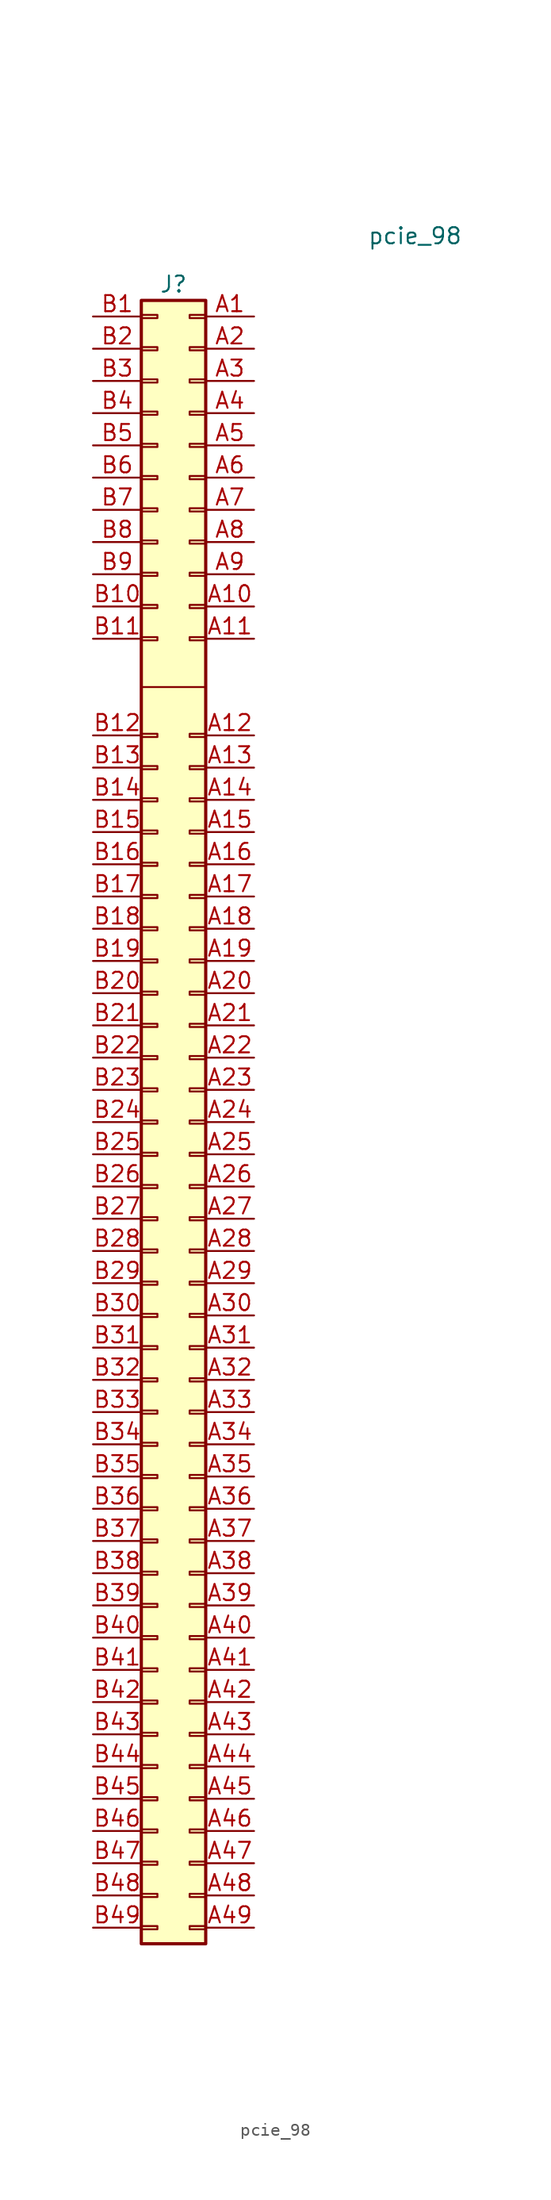
<source format=kicad_sym>
(kicad_symbol_lib
  (version 20220914)
  (generator kicad_symbol_editor)
  (symbol "pcie_98"
    (pin_names
      (offset 1.016) hide)
    (property "Reference" "J"
      (at 1.27 40.64 0)
      (effects (font (size 1.27 1.27))))
    (property "Value" "pcie_98"
      (at 20.32 44.45 0)
      (effects (font (size 1.27 1.27))))
    (symbol "pcie_98_0_1"
      (polyline (pts (xy 3.81 8.89) (xy -1.27 8.89)) (stroke (width 0) (type default)) (fill (type none))))
    (symbol "pcie_98_1_1"
      (rectangle (start -1.27 -89.027) (end 0 -88.773) (stroke (width 0.152) (type default)) (fill (type none)))
      (rectangle (start -1.27 -86.487) (end 0 -86.233) (stroke (width 0.152) (type default)) (fill (type none)))
      (rectangle (start -1.27 -83.947) (end 0 -83.693) (stroke (width 0.152) (type default)) (fill (type none)))
      (rectangle (start -1.27 -81.407) (end 0 -81.153) (stroke (width 0.152) (type default)) (fill (type none)))
      (rectangle (start -1.27 -78.867) (end 0 -78.613) (stroke (width 0.152) (type default)) (fill (type none)))
      (rectangle (start -1.27 -76.327) (end 0 -76.073) (stroke (width 0.152) (type default)) (fill (type none)))
      (rectangle (start -1.27 -73.787) (end 0 -73.533) (stroke (width 0.152) (type default)) (fill (type none)))
      (rectangle (start -1.27 -71.247) (end 0 -70.993) (stroke (width 0.152) (type default)) (fill (type none)))
      (rectangle (start -1.27 -68.707) (end 0 -68.453) (stroke (width 0.152) (type default)) (fill (type none)))
      (rectangle (start -1.27 -66.167) (end 0 -65.913) (stroke (width 0.152) (type default)) (fill (type none)))
      (rectangle (start -1.27 -63.627) (end 0 -63.373) (stroke (width 0.152) (type default)) (fill (type none)))
      (rectangle (start -1.27 -61.087) (end 0 -60.833) (stroke (width 0.152) (type default)) (fill (type none)))
      (rectangle (start -1.27 -58.547) (end 0 -58.293) (stroke (width 0.152) (type default)) (fill (type none)))
      (rectangle (start -1.27 -56.007) (end 0 -55.753) (stroke (width 0.152) (type default)) (fill (type none)))
      (rectangle (start -1.27 -53.467) (end 0 -53.213) (stroke (width 0.152) (type default)) (fill (type none)))
      (rectangle (start -1.27 -50.927) (end 0 -50.673) (stroke (width 0.152) (type default)) (fill (type none)))
      (rectangle (start -1.27 -48.387) (end 0 -48.133) (stroke (width 0.152) (type default)) (fill (type none)))
      (rectangle (start -1.27 -17.653) (end 0 -17.907) (stroke (width 0.152) (type default)) (fill (type none)))
      (rectangle (start -1.27 -15.113) (end 0 -15.367) (stroke (width 0.152) (type default)) (fill (type none)))
      (rectangle (start -1.27 -12.573) (end 0 -12.827) (stroke (width 0.152) (type default)) (fill (type none)))
      (rectangle (start -1.27 5.207) (end 0 4.953) (stroke (width 0.152) (type default)) (fill (type none)))
      (rectangle (start -1.27 12.827) (end 0 12.573) (stroke (width 0.152) (type default)) (fill (type none)))
      (rectangle (start -1.27 38.227) (end 0 37.973) (stroke (width 0.152) (type default)) (fill (type none)))
      (rectangle (start -1.27 39.37) (end 3.81 -90.17) (stroke (width 0.254) (type default)) (fill (type background)))
      (rectangle (start 0 -45.847) (end -1.27 -45.593) (stroke (width 0.152) (type default)) (fill (type none)))
      (rectangle (start 0 -43.307) (end -1.27 -43.053) (stroke (width 0.152) (type default)) (fill (type none)))
      (rectangle (start 0 -40.767) (end -1.27 -40.513) (stroke (width 0.152) (type default)) (fill (type none)))
      (rectangle (start 0 -38.227) (end -1.27 -37.973) (stroke (width 0.152) (type default)) (fill (type none)))
      (rectangle (start 0 -35.687) (end -1.27 -35.433) (stroke (width 0.152) (type default)) (fill (type none)))
      (rectangle (start 0 -33.147) (end -1.27 -32.893) (stroke (width 0.152) (type default)) (fill (type none)))
      (rectangle (start 0 -30.607) (end -1.27 -30.353) (stroke (width 0.152) (type default)) (fill (type none)))
      (rectangle (start 0 -28.067) (end -1.27 -27.813) (stroke (width 0.152) (type default)) (fill (type none)))
      (rectangle (start 0 -25.527) (end -1.27 -25.273) (stroke (width 0.152) (type default)) (fill (type none)))
      (rectangle (start 0 -22.987) (end -1.27 -22.733) (stroke (width 0.152) (type default)) (fill (type none)))
      (rectangle (start 0 -20.447) (end -1.27 -20.193) (stroke (width 0.152) (type default)) (fill (type none)))
      (rectangle (start 0 -10.287) (end -1.27 -10.033) (stroke (width 0.152) (type default)) (fill (type none)))
      (rectangle (start 0 -7.747) (end -1.27 -7.493) (stroke (width 0.152) (type default)) (fill (type none)))
      (rectangle (start 0 -5.207) (end -1.27 -4.953) (stroke (width 0.152) (type default)) (fill (type none)))
      (rectangle (start 0 -2.667) (end -1.27 -2.413) (stroke (width 0.152) (type default)) (fill (type none)))
      (rectangle (start 0 -0.127) (end -1.27 0.127) (stroke (width 0.152) (type default)) (fill (type none)))
      (rectangle (start 0 2.413) (end -1.27 2.667) (stroke (width 0.152) (type default)) (fill (type none)))
      (rectangle (start 0 15.113) (end -1.27 15.367) (stroke (width 0.152) (type default)) (fill (type none)))
      (rectangle (start 0 17.653) (end -1.27 17.907) (stroke (width 0.152) (type default)) (fill (type none)))
      (rectangle (start 0 20.193) (end -1.27 20.447) (stroke (width 0.152) (type default)) (fill (type none)))
      (rectangle (start 0 22.733) (end -1.27 22.987) (stroke (width 0.152) (type default)) (fill (type none)))
      (rectangle (start 0 25.273) (end -1.27 25.527) (stroke (width 0.152) (type default)) (fill (type none)))
      (rectangle (start 0 27.813) (end -1.27 28.067) (stroke (width 0.152) (type default)) (fill (type none)))
      (rectangle (start 0 30.353) (end -1.27 30.607) (stroke (width 0.152) (type default)) (fill (type none)))
      (rectangle (start 0 32.893) (end -1.27 33.147) (stroke (width 0.152) (type default)) (fill (type none)))
      (rectangle (start 0 35.433) (end -1.27 35.687) (stroke (width 0.152) (type default)) (fill (type none)))
      (rectangle (start 2.54 -89.027) (end 3.81 -88.773) (stroke (width 0.152) (type default)) (fill (type none)))
      (rectangle (start 2.54 -86.487) (end 3.81 -86.233) (stroke (width 0.152) (type default)) (fill (type none)))
      (rectangle (start 2.54 -83.947) (end 3.81 -83.693) (stroke (width 0.152) (type default)) (fill (type none)))
      (rectangle (start 2.54 -81.407) (end 3.81 -81.153) (stroke (width 0.152) (type default)) (fill (type none)))
      (rectangle (start 2.54 -78.867) (end 3.81 -78.613) (stroke (width 0.152) (type default)) (fill (type none)))
      (rectangle (start 2.54 -76.327) (end 3.81 -76.073) (stroke (width 0.152) (type default)) (fill (type none)))
      (rectangle (start 2.54 -73.787) (end 3.81 -73.533) (stroke (width 0.152) (type default)) (fill (type none)))
      (rectangle (start 2.54 -71.247) (end 3.81 -70.993) (stroke (width 0.152) (type default)) (fill (type none)))
      (rectangle (start 2.54 -68.707) (end 3.81 -68.453) (stroke (width 0.152) (type default)) (fill (type none)))
      (rectangle (start 2.54 -66.167) (end 3.81 -65.913) (stroke (width 0.152) (type default)) (fill (type none)))
      (rectangle (start 2.54 -63.627) (end 3.81 -63.373) (stroke (width 0.152) (type default)) (fill (type none)))
      (rectangle (start 2.54 -61.087) (end 3.81 -60.833) (stroke (width 0.152) (type default)) (fill (type none)))
      (rectangle (start 2.54 -58.547) (end 3.81 -58.293) (stroke (width 0.152) (type default)) (fill (type none)))
      (rectangle (start 2.54 -56.007) (end 3.81 -55.753) (stroke (width 0.152) (type default)) (fill (type none)))
      (rectangle (start 2.54 -53.467) (end 3.81 -53.213) (stroke (width 0.152) (type default)) (fill (type none)))
      (rectangle (start 2.54 -50.927) (end 3.81 -50.673) (stroke (width 0.152) (type default)) (fill (type none)))
      (rectangle (start 2.54 -48.387) (end 3.81 -48.133) (stroke (width 0.152) (type default)) (fill (type none)))
      (rectangle (start 2.54 -45.847) (end 3.81 -45.593) (stroke (width 0.152) (type default)) (fill (type none)))
      (rectangle (start 2.54 -43.307) (end 3.81 -43.053) (stroke (width 0.152) (type default)) (fill (type none)))
      (rectangle (start 2.54 -40.767) (end 3.81 -40.513) (stroke (width 0.152) (type default)) (fill (type none)))
      (rectangle (start 2.54 -38.227) (end 3.81 -37.973) (stroke (width 0.152) (type default)) (fill (type none)))
      (rectangle (start 2.54 -35.687) (end 3.81 -35.433) (stroke (width 0.152) (type default)) (fill (type none)))
      (rectangle (start 2.54 -33.147) (end 3.81 -32.893) (stroke (width 0.152) (type default)) (fill (type none)))
      (rectangle (start 2.54 -30.607) (end 3.81 -30.353) (stroke (width 0.152) (type default)) (fill (type none)))
      (rectangle (start 2.54 -28.067) (end 3.81 -27.813) (stroke (width 0.152) (type default)) (fill (type none)))
      (rectangle (start 2.54 -25.527) (end 3.81 -25.273) (stroke (width 0.152) (type default)) (fill (type none)))
      (rectangle (start 2.54 -22.987) (end 3.81 -22.733) (stroke (width 0.152) (type default)) (fill (type none)))
      (rectangle (start 2.54 -20.447) (end 3.81 -20.193) (stroke (width 0.152) (type default)) (fill (type none)))
      (rectangle (start 2.54 -17.653) (end 3.81 -17.907) (stroke (width 0.152) (type default)) (fill (type none)))
      (rectangle (start 2.54 -15.367) (end 3.81 -15.113) (stroke (width 0.152) (type default)) (fill (type none)))
      (rectangle (start 2.54 -12.827) (end 3.81 -12.573) (stroke (width 0.152) (type default)) (fill (type none)))
      (rectangle (start 2.54 -10.287) (end 3.81 -10.033) (stroke (width 0.152) (type default)) (fill (type none)))
      (rectangle (start 2.54 -7.493) (end 3.81 -7.747) (stroke (width 0.152) (type default)) (fill (type none)))
      (rectangle (start 2.54 -5.207) (end 3.81 -4.953) (stroke (width 0.152) (type default)) (fill (type none)))
      (rectangle (start 2.54 -2.667) (end 3.81 -2.413) (stroke (width 0.152) (type default)) (fill (type none)))
      (rectangle (start 2.54 -0.127) (end 3.81 0.127) (stroke (width 0.152) (type default)) (fill (type none)))
      (rectangle (start 2.54 2.413) (end 3.81 2.667) (stroke (width 0.152) (type default)) (fill (type none)))
      (rectangle (start 2.54 5.207) (end 3.81 4.953) (stroke (width 0.152) (type default)) (fill (type none)))
      (rectangle (start 2.54 12.573) (end 3.81 12.827) (stroke (width 0.152) (type default)) (fill (type none)))
      (rectangle (start 2.54 15.113) (end 3.81 15.367) (stroke (width 0.152) (type default)) (fill (type none)))
      (rectangle (start 2.54 17.653) (end 3.81 17.907) (stroke (width 0.152) (type default)) (fill (type none)))
      (rectangle (start 2.54 20.193) (end 3.81 20.447) (stroke (width 0.152) (type default)) (fill (type none)))
      (rectangle (start 2.54 22.733) (end 3.81 22.987) (stroke (width 0.152) (type default)) (fill (type none)))
      (rectangle (start 2.54 25.273) (end 3.81 25.527) (stroke (width 0.152) (type default)) (fill (type none)))
      (rectangle (start 2.54 27.813) (end 3.81 28.067) (stroke (width 0.152) (type default)) (fill (type none)))
      (rectangle (start 2.54 30.353) (end 3.81 30.607) (stroke (width 0.152) (type default)) (fill (type none)))
      (rectangle (start 2.54 32.893) (end 3.81 33.147) (stroke (width 0.152) (type default)) (fill (type none)))
      (rectangle (start 2.54 35.433) (end 3.81 35.687) (stroke (width 0.152) (type default)) (fill (type none)))
      (rectangle (start 2.54 38.227) (end 3.81 37.973) (stroke (width 0.152) (type default)) (fill (type none)))
      (pin passive line (at 7.62 38.1 180) (length 3.81) (name "Pin_a1" (effects (font (size 1.27 1.27)))) (number "A1" (effects (font (size 1.27 1.27)))))
      (pin passive line (at 7.62 15.24 180) (length 3.81) (name "Pin_a10" (effects (font (size 1.27 1.27)))) (number "A10" (effects (font (size 1.27 1.27)))))
      (pin passive line (at 7.62 12.7 180) (length 3.81) (name "Pin_A11" (effects (font (size 1.27 1.27)))) (number "A11" (effects (font (size 1.27 1.27)))))
      (pin passive line (at 7.62 5.08 180) (length 3.81) (name "Pin_a12" (effects (font (size 1.27 1.27)))) (number "A12" (effects (font (size 1.27 1.27)))))
      (pin passive line (at 7.62 2.54 180) (length 3.81) (name "Pin_a13" (effects (font (size 1.27 1.27)))) (number "A13" (effects (font (size 1.27 1.27)))))
      (pin passive line (at 7.62 0 180) (length 3.81) (name "Pin_a14" (effects (font (size 1.27 1.27)))) (number "A14" (effects (font (size 1.27 1.27)))))
      (pin passive line (at 7.62 -2.54 180) (length 3.81) (name "Pin_a15" (effects (font (size 1.27 1.27)))) (number "A15" (effects (font (size 1.27 1.27)))))
      (pin passive line (at 7.62 -5.08 180) (length 3.81) (name "Pin_a16" (effects (font (size 1.27 1.27)))) (number "A16" (effects (font (size 1.27 1.27)))))
      (pin passive line (at 7.62 -7.62 180) (length 3.81) (name "Pin_a17" (effects (font (size 1.27 1.27)))) (number "A17" (effects (font (size 1.27 1.27)))))
      (pin passive line (at 7.62 -10.16 180) (length 3.81) (name "Pin_a18" (effects (font (size 1.27 1.27)))) (number "A18" (effects (font (size 1.27 1.27)))))
      (pin passive line (at 7.62 -12.7 180) (length 3.81) (name "Pin_a19" (effects (font (size 1.27 1.27)))) (number "A19" (effects (font (size 1.27 1.27)))))
      (pin passive line (at 7.62 35.56 180) (length 3.81) (name "Pin_a2" (effects (font (size 1.27 1.27)))) (number "A2" (effects (font (size 1.27 1.27)))))
      (pin passive line (at 7.62 -15.24 180) (length 3.81) (name "Pin_a20" (effects (font (size 1.27 1.27)))) (number "A20" (effects (font (size 1.27 1.27)))))
      (pin passive line (at 7.62 -17.78 180) (length 3.81) (name "Pin_a21" (effects (font (size 1.27 1.27)))) (number "A21" (effects (font (size 1.27 1.27)))))
      (pin passive line (at 7.62 -20.32 180) (length 3.81) (name "Pin_a22" (effects (font (size 1.27 1.27)))) (number "A22" (effects (font (size 1.27 1.27)))))
      (pin passive line (at 7.62 -22.86 180) (length 3.81) (name "Pin_a23" (effects (font (size 1.27 1.27)))) (number "A23" (effects (font (size 1.27 1.27)))))
      (pin passive line (at 7.62 -25.4 180) (length 3.81) (name "Pin_a24" (effects (font (size 1.27 1.27)))) (number "A24" (effects (font (size 1.27 1.27)))))
      (pin passive line (at 7.62 -27.94 180) (length 3.81) (name "Pin_a25" (effects (font (size 1.27 1.27)))) (number "A25" (effects (font (size 1.27 1.27)))))
      (pin passive line (at 7.62 -30.48 180) (length 3.81) (name "Pin_a26" (effects (font (size 1.27 1.27)))) (number "A26" (effects (font (size 1.27 1.27)))))
      (pin passive line (at 7.62 -33.02 180) (length 3.81) (name "Pin_a27" (effects (font (size 1.27 1.27)))) (number "A27" (effects (font (size 1.27 1.27)))))
      (pin passive line (at 7.62 -35.56 180) (length 3.81) (name "Pin_a28" (effects (font (size 1.27 1.27)))) (number "A28" (effects (font (size 1.27 1.27)))))
      (pin passive line (at 7.62 -38.1 180) (length 3.81) (name "Pin_a29" (effects (font (size 1.27 1.27)))) (number "A29" (effects (font (size 1.27 1.27)))))
      (pin passive line (at 7.62 33.02 180) (length 3.81) (name "Pin_a3" (effects (font (size 1.27 1.27)))) (number "A3" (effects (font (size 1.27 1.27)))))
      (pin passive line (at 7.62 -40.64 180) (length 3.81) (name "Pin_a30" (effects (font (size 1.27 1.27)))) (number "A30" (effects (font (size 1.27 1.27)))))
      (pin passive line (at 7.62 -43.18 180) (length 3.81) (name "Pin_a31" (effects (font (size 1.27 1.27)))) (number "A31" (effects (font (size 1.27 1.27)))))
      (pin passive line (at 7.62 -45.72 180) (length 3.81) (name "Pin_a32" (effects (font (size 1.27 1.27)))) (number "A32" (effects (font (size 1.27 1.27)))))
      (pin passive line (at 7.62 -48.26 180) (length 3.81) (name "Pin_a33" (effects (font (size 1.27 1.27)))) (number "A33" (effects (font (size 1.27 1.27)))))
      (pin passive line (at 7.62 -50.8 180) (length 3.81) (name "Pin_a34" (effects (font (size 1.27 1.27)))) (number "A34" (effects (font (size 1.27 1.27)))))
      (pin passive line (at 7.62 -53.34 180) (length 3.81) (name "Pin_a35" (effects (font (size 1.27 1.27)))) (number "A35" (effects (font (size 1.27 1.27)))))
      (pin passive line (at 7.62 -55.88 180) (length 3.81) (name "Pin_a36" (effects (font (size 1.27 1.27)))) (number "A36" (effects (font (size 1.27 1.27)))))
      (pin passive line (at 7.62 -58.42 180) (length 3.81) (name "Pin_a37" (effects (font (size 1.27 1.27)))) (number "A37" (effects (font (size 1.27 1.27)))))
      (pin passive line (at 7.62 -60.96 180) (length 3.81) (name "Pin_a38" (effects (font (size 1.27 1.27)))) (number "A38" (effects (font (size 1.27 1.27)))))
      (pin passive line (at 7.62 -63.5 180) (length 3.81) (name "Pin_a39" (effects (font (size 1.27 1.27)))) (number "A39" (effects (font (size 1.27 1.27)))))
      (pin passive line (at 7.62 30.48 180) (length 3.81) (name "Pin_a4" (effects (font (size 1.27 1.27)))) (number "A4" (effects (font (size 1.27 1.27)))))
      (pin passive line (at 7.62 -66.04 180) (length 3.81) (name "Pin_a40" (effects (font (size 1.27 1.27)))) (number "A40" (effects (font (size 1.27 1.27)))))
      (pin passive line (at 7.62 -68.58 180) (length 3.81) (name "Pin_a41" (effects (font (size 1.27 1.27)))) (number "A41" (effects (font (size 1.27 1.27)))))
      (pin passive line (at 7.62 -71.12 180) (length 3.81) (name "Pin_a42" (effects (font (size 1.27 1.27)))) (number "A42" (effects (font (size 1.27 1.27)))))
      (pin passive line (at 7.62 -73.66 180) (length 3.81) (name "Pin_a43" (effects (font (size 1.27 1.27)))) (number "A43" (effects (font (size 1.27 1.27)))))
      (pin passive line (at 7.62 -76.2 180) (length 3.81) (name "Pin_a44" (effects (font (size 1.27 1.27)))) (number "A44" (effects (font (size 1.27 1.27)))))
      (pin passive line (at 7.62 -78.74 180) (length 3.81) (name "Pin_a45" (effects (font (size 1.27 1.27)))) (number "A45" (effects (font (size 1.27 1.27)))))
      (pin passive line (at 7.62 -81.28 180) (length 3.81) (name "Pin_a46" (effects (font (size 1.27 1.27)))) (number "A46" (effects (font (size 1.27 1.27)))))
      (pin passive line (at 7.62 -83.82 180) (length 3.81) (name "Pin_a47" (effects (font (size 1.27 1.27)))) (number "A47" (effects (font (size 1.27 1.27)))))
      (pin passive line (at 7.62 -86.36 180) (length 3.81) (name "Pin_a48" (effects (font (size 1.27 1.27)))) (number "A48" (effects (font (size 1.27 1.27)))))
      (pin passive line (at 7.62 -88.9 180) (length 3.81) (name "Pin_a49" (effects (font (size 1.27 1.27)))) (number "A49" (effects (font (size 1.27 1.27)))))
      (pin passive line (at 7.62 27.94 180) (length 3.81) (name "Pin_a5" (effects (font (size 1.27 1.27)))) (number "A5" (effects (font (size 1.27 1.27)))))
      (pin passive line (at 7.62 25.4 180) (length 3.81) (name "Pin_a6" (effects (font (size 1.27 1.27)))) (number "A6" (effects (font (size 1.27 1.27)))))
      (pin passive line (at 7.62 22.86 180) (length 3.81) (name "Pin_a7" (effects (font (size 1.27 1.27)))) (number "A7" (effects (font (size 1.27 1.27)))))
      (pin passive line (at 7.62 20.32 180) (length 3.81) (name "Pin_a8" (effects (font (size 1.27 1.27)))) (number "A8" (effects (font (size 1.27 1.27)))))
      (pin passive line (at 7.62 17.78 180) (length 3.81) (name "Pin_a9" (effects (font (size 1.27 1.27)))) (number "A9" (effects (font (size 1.27 1.27)))))
      (pin passive line (at -5.08 38.1 0) (length 3.81) (name "Pin_b1" (effects (font (size 1.27 1.27)))) (number "B1" (effects (font (size 1.27 1.27)))))
      (pin passive line (at -5.08 15.24 0) (length 3.81) (name "Pin_b10" (effects (font (size 1.27 1.27)))) (number "B10" (effects (font (size 1.27 1.27)))))
      (pin passive line (at -5.08 12.7 0) (length 3.81) (name "Pin_b11" (effects (font (size 1.27 1.27)))) (number "B11" (effects (font (size 1.27 1.27)))))
      (pin passive line (at -5.08 5.08 0) (length 3.81) (name "Pin_b12" (effects (font (size 1.27 1.27)))) (number "B12" (effects (font (size 1.27 1.27)))))
      (pin passive line (at -5.08 2.54 0) (length 3.81) (name "Pin_b13" (effects (font (size 1.27 1.27)))) (number "B13" (effects (font (size 1.27 1.27)))))
      (pin passive line (at -5.08 0 0) (length 3.81) (name "Pin_b14" (effects (font (size 1.27 1.27)))) (number "B14" (effects (font (size 1.27 1.27)))))
      (pin passive line (at -5.08 -2.54 0) (length 3.81) (name "Pin_b15" (effects (font (size 1.27 1.27)))) (number "B15" (effects (font (size 1.27 1.27)))))
      (pin passive line (at -5.08 -5.08 0) (length 3.81) (name "Pin_b16" (effects (font (size 1.27 1.27)))) (number "B16" (effects (font (size 1.27 1.27)))))
      (pin passive line (at -5.08 -7.62 0) (length 3.81) (name "Pin_b17" (effects (font (size 1.27 1.27)))) (number "B17" (effects (font (size 1.27 1.27)))))
      (pin passive line (at -5.08 -10.16 0) (length 3.81) (name "Pin_b18" (effects (font (size 1.27 1.27)))) (number "B18" (effects (font (size 1.27 1.27)))))
      (pin passive line (at -5.08 -12.7 0) (length 3.81) (name "Pin_b19" (effects (font (size 1.27 1.27)))) (number "B19" (effects (font (size 1.27 1.27)))))
      (pin passive line (at -5.08 35.56 0) (length 3.81) (name "Pin_b2" (effects (font (size 1.27 1.27)))) (number "B2" (effects (font (size 1.27 1.27)))))
      (pin passive line (at -5.08 -15.24 0) (length 3.81) (name "Pin_b20" (effects (font (size 1.27 1.27)))) (number "B20" (effects (font (size 1.27 1.27)))))
      (pin passive line (at -5.08 -17.78 0) (length 3.81) (name "Pin_b21" (effects (font (size 1.27 1.27)))) (number "B21" (effects (font (size 1.27 1.27)))))
      (pin passive line (at -5.08 -20.32 0) (length 3.81) (name "Pin_b22" (effects (font (size 1.27 1.27)))) (number "B22" (effects (font (size 1.27 1.27)))))
      (pin passive line (at -5.08 -22.86 0) (length 3.81) (name "Pin_b23" (effects (font (size 1.27 1.27)))) (number "B23" (effects (font (size 1.27 1.27)))))
      (pin passive line (at -5.08 -25.4 0) (length 3.81) (name "Pin_b24" (effects (font (size 1.27 1.27)))) (number "B24" (effects (font (size 1.27 1.27)))))
      (pin passive line (at -5.08 -27.94 0) (length 3.81) (name "Pin_b25" (effects (font (size 1.27 1.27)))) (number "B25" (effects (font (size 1.27 1.27)))))
      (pin passive line (at -5.08 -30.48 0) (length 3.81) (name "Pin_b26" (effects (font (size 1.27 1.27)))) (number "B26" (effects (font (size 1.27 1.27)))))
      (pin passive line (at -5.08 -33.02 0) (length 3.81) (name "Pin_b27" (effects (font (size 1.27 1.27)))) (number "B27" (effects (font (size 1.27 1.27)))))
      (pin passive line (at -5.08 -35.56 0) (length 3.81) (name "Pin_b28" (effects (font (size 1.27 1.27)))) (number "B28" (effects (font (size 1.27 1.27)))))
      (pin passive line (at -5.08 -38.1 0) (length 3.81) (name "Pin_b29" (effects (font (size 1.27 1.27)))) (number "B29" (effects (font (size 1.27 1.27)))))
      (pin passive line (at -5.08 33.02 0) (length 3.81) (name "Pin_b3" (effects (font (size 1.27 1.27)))) (number "B3" (effects (font (size 1.27 1.27)))))
      (pin passive line (at -5.08 -40.64 0) (length 3.81) (name "Pin_b30" (effects (font (size 1.27 1.27)))) (number "B30" (effects (font (size 1.27 1.27)))))
      (pin passive line (at -5.08 -43.18 0) (length 3.81) (name "Pin_b31" (effects (font (size 1.27 1.27)))) (number "B31" (effects (font (size 1.27 1.27)))))
      (pin passive line (at -5.08 -45.72 0) (length 3.81) (name "Pin_b32" (effects (font (size 1.27 1.27)))) (number "B32" (effects (font (size 1.27 1.27)))))
      (pin passive line (at -5.08 -48.26 0) (length 3.81) (name "Pin_b33" (effects (font (size 1.27 1.27)))) (number "B33" (effects (font (size 1.27 1.27)))))
      (pin passive line (at -5.08 -50.8 0) (length 3.81) (name "Pin_b34" (effects (font (size 1.27 1.27)))) (number "B34" (effects (font (size 1.27 1.27)))))
      (pin passive line (at -5.08 -53.34 0) (length 3.81) (name "Pin_b35" (effects (font (size 1.27 1.27)))) (number "B35" (effects (font (size 1.27 1.27)))))
      (pin passive line (at -5.08 -55.88 0) (length 3.81) (name "Pin_b36" (effects (font (size 1.27 1.27)))) (number "B36" (effects (font (size 1.27 1.27)))))
      (pin passive line (at -5.08 -58.42 0) (length 3.81) (name "Pin_b37" (effects (font (size 1.27 1.27)))) (number "B37" (effects (font (size 1.27 1.27)))))
      (pin passive line (at -5.08 -60.96 0) (length 3.81) (name "Pin_b38" (effects (font (size 1.27 1.27)))) (number "B38" (effects (font (size 1.27 1.27)))))
      (pin passive line (at -5.08 -63.5 0) (length 3.81) (name "Pin_b39" (effects (font (size 1.27 1.27)))) (number "B39" (effects (font (size 1.27 1.27)))))
      (pin passive line (at -5.08 30.48 0) (length 3.81) (name "Pin_b4" (effects (font (size 1.27 1.27)))) (number "B4" (effects (font (size 1.27 1.27)))))
      (pin passive line (at -5.08 -66.04 0) (length 3.81) (name "Pin_b40" (effects (font (size 1.27 1.27)))) (number "B40" (effects (font (size 1.27 1.27)))))
      (pin passive line (at -5.08 -68.58 0) (length 3.81) (name "Pin_b41" (effects (font (size 1.27 1.27)))) (number "B41" (effects (font (size 1.27 1.27)))))
      (pin passive line (at -5.08 -71.12 0) (length 3.81) (name "Pin_b42" (effects (font (size 1.27 1.27)))) (number "B42" (effects (font (size 1.27 1.27)))))
      (pin passive line (at -5.08 -73.66 0) (length 3.81) (name "Pin_b43" (effects (font (size 1.27 1.27)))) (number "B43" (effects (font (size 1.27 1.27)))))
      (pin passive line (at -5.08 -76.2 0) (length 3.81) (name "Pin_b44" (effects (font (size 1.27 1.27)))) (number "B44" (effects (font (size 1.27 1.27)))))
      (pin passive line (at -5.08 -78.74 0) (length 3.81) (name "Pin_b45" (effects (font (size 1.27 1.27)))) (number "B45" (effects (font (size 1.27 1.27)))))
      (pin passive line (at -5.08 -81.28 0) (length 3.81) (name "Pin_46" (effects (font (size 1.27 1.27)))) (number "B46" (effects (font (size 1.27 1.27)))))
      (pin passive line (at -5.08 -83.82 0) (length 3.81) (name "Pin_b47" (effects (font (size 1.27 1.27)))) (number "B47" (effects (font (size 1.27 1.27)))))
      (pin passive line (at -5.08 -86.36 0) (length 3.81) (name "Pin_b48" (effects (font (size 1.27 1.27)))) (number "B48" (effects (font (size 1.27 1.27)))))
      (pin passive line (at -5.08 -88.9 0) (length 3.81) (name "Pin_b49" (effects (font (size 1.27 1.27)))) (number "B49" (effects (font (size 1.27 1.27)))))
      (pin passive line (at -5.08 27.94 0) (length 3.81) (name "Pin_b5" (effects (font (size 1.27 1.27)))) (number "B5" (effects (font (size 1.27 1.27)))))
      (pin passive line (at -5.08 25.4 0) (length 3.81) (name "Pin_b6" (effects (font (size 1.27 1.27)))) (number "B6" (effects (font (size 1.27 1.27)))))
      (pin passive line (at -5.08 22.86 0) (length 3.81) (name "Pin_b7" (effects (font (size 1.27 1.27)))) (number "B7" (effects (font (size 1.27 1.27)))))
      (pin passive line (at -5.08 20.32 0) (length 3.81) (name "Pin_b8" (effects (font (size 1.27 1.27)))) (number "B8" (effects (font (size 1.27 1.27)))))
      (pin passive line (at -5.08 17.78 0) (length 3.81) (name "Pin_b9" (effects (font (size 1.27 1.27)))) (number "B9" (effects (font (size 1.27 1.27))))))))
</source>
